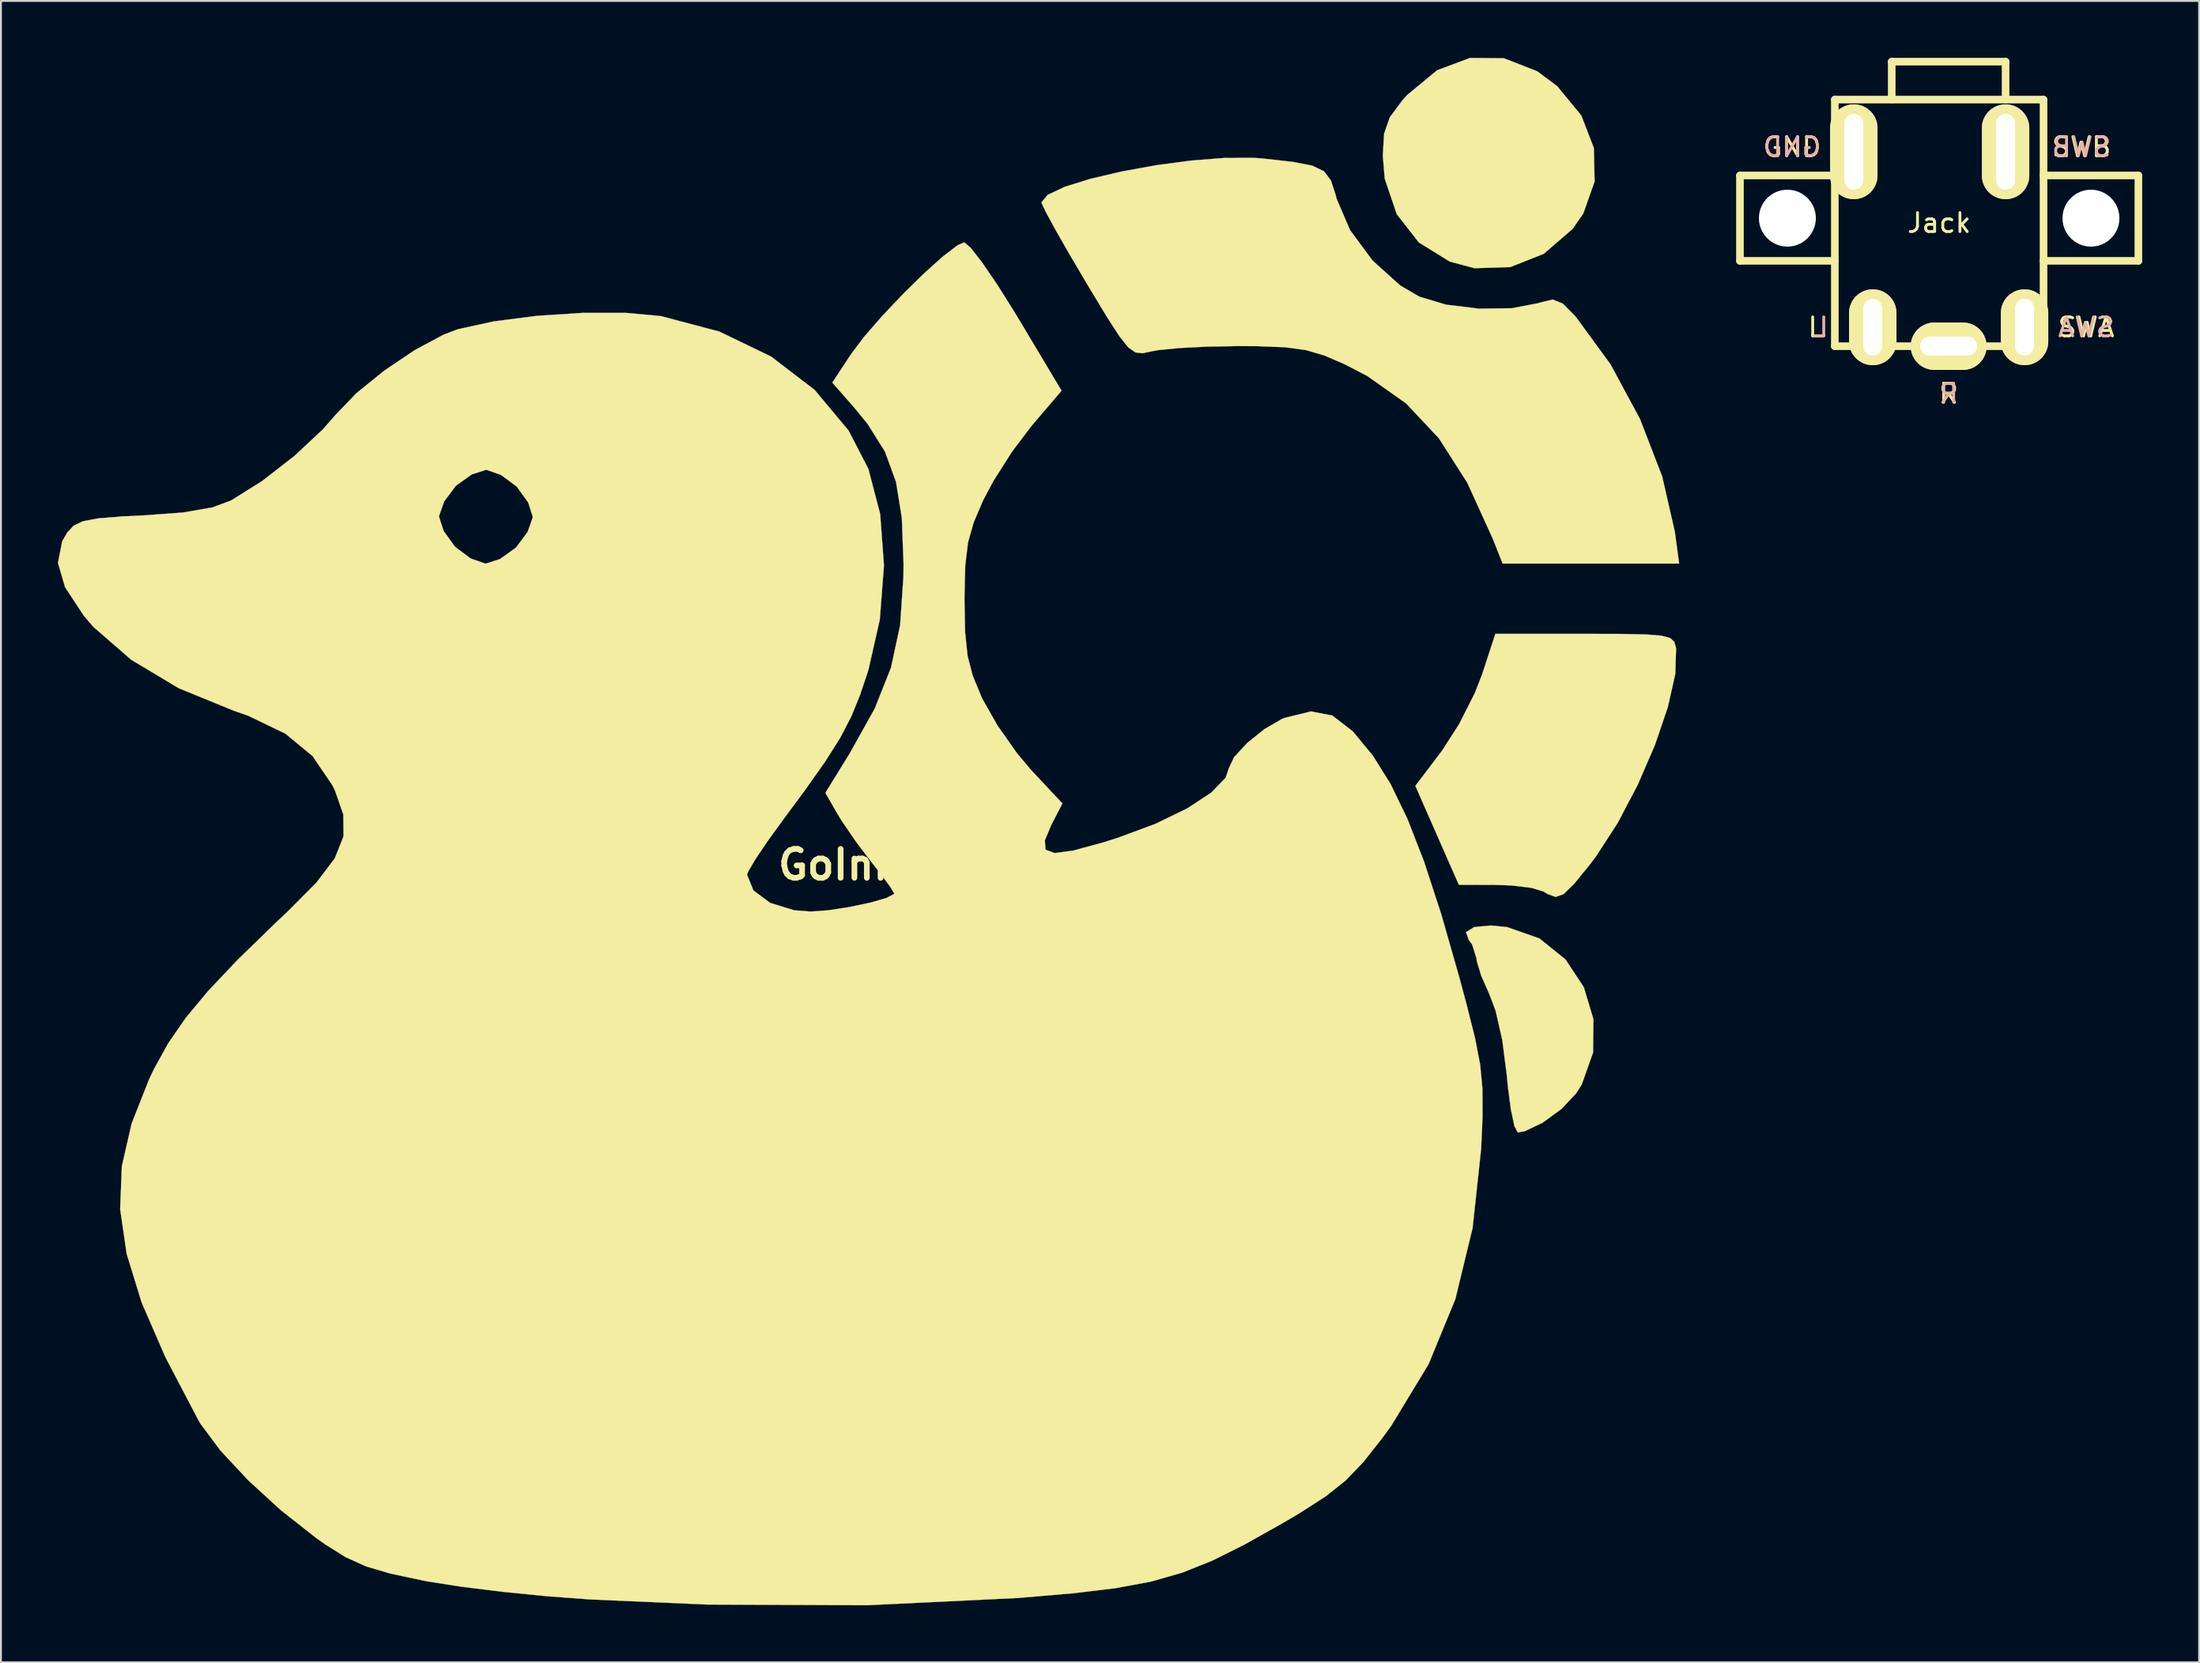
<source format=kicad_pcb>
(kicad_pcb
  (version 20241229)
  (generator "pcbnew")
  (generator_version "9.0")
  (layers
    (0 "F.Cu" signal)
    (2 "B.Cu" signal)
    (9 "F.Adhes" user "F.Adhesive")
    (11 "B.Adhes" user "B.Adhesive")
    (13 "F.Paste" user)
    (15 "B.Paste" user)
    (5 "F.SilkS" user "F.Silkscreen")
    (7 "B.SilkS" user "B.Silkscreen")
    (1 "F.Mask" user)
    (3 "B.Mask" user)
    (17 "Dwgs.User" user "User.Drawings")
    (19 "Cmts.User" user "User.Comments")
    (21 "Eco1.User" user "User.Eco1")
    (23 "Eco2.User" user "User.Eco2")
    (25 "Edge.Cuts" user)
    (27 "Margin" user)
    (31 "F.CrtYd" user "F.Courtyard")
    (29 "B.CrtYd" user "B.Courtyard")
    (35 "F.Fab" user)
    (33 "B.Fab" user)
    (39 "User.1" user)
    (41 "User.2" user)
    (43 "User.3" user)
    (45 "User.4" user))
  (footprint "Jack"
    (layer "F.Cu")
    (at 99.154 8.7)
    (property "Reference" "Jack" (at 0 0 0) (layer "F.SilkS") (effects (font (size 1 1) (thickness 0.15))))
    (attr through_hole)
    (fp_line (start -10.5 -2.5) (end -5.5 -2.5) (stroke (width 0.4) (type solid)) (layer "F.SilkS"))
    (fp_line (start -10.5 2) (end -10.5 -2.5) (stroke (width 0.4) (type solid)) (layer "F.SilkS"))
    (fp_line (start -5.5 -6.5) (end 5.5 -6.5) (stroke (width 0.4) (type solid)) (layer "F.SilkS"))
    (fp_line (start -5.5 2) (end -10.5 2) (stroke (width 0.4) (type solid)) (layer "F.SilkS"))
    (fp_line (start -5.5 6.5) (end -5.5 -6.5) (stroke (width 0.4) (type solid)) (layer "F.SilkS"))
    (fp_line (start -2.5 -8.5) (end 3.5 -8.5) (stroke (width 0.4) (type solid)) (layer "F.SilkS"))
    (fp_line (start -2.5 -6.5) (end -2.5 -8.5) (stroke (width 0.4) (type solid)) (layer "F.SilkS"))
    (fp_line (start 3.5 -8.5) (end 3.5 -6.5) (stroke (width 0.4) (type solid)) (layer "F.SilkS"))
    (fp_line (start 5.5 -6.5) (end 5.5 6.5) (stroke (width 0.4) (type solid)) (layer "F.SilkS"))
    (fp_line (start 5.5 2) (end 10.5 2) (stroke (width 0.4) (type solid)) (layer "F.SilkS"))
    (fp_line (start 5.5 6.5) (end -5.5 6.5) (stroke (width 0.4) (type solid)) (layer "F.SilkS"))
    (fp_line (start 10.5 -2.5) (end 5.5 -2.5) (stroke (width 0.4) (type solid)) (layer "F.SilkS"))
    (fp_line (start 10.5 2) (end 10.5 -2.5) (stroke (width 0.4) (type solid)) (layer "F.SilkS"))
    (fp_text user "SWB" (at 7.5 -4 0) (layer "F.SilkS") (effects (font (size 1 1) (thickness 0.15))))
    (fp_text user "R" (at 0.5 9 0) (layer "F.SilkS") (effects (font (size 1 1) (thickness 0.15))))
    (fp_text user "GND" (at -7.75 -4 0) (layer "F.SilkS") (effects (font (size 1 1) (thickness 0.15))))
    (fp_text user "L" (at -6.5 5.5 0) (layer "F.SilkS") (effects (font (size 1 1) (thickness 0.15))))
    (fp_text user "SWA" (at 7.75 5.5 0) (layer "F.SilkS") (effects (font (size 1 1) (thickness 0.15))))
    (fp_text user "SWA" (at 7.75 5.5 0) (layer "B.SilkS") (effects (font (size 1 1) (thickness 0.15)) (justify mirror)))
    (fp_text user "L" (at -6.25 5.5 0) (layer "B.SilkS") (effects (font (size 1 1) (thickness 0.15)) (justify mirror)))
    (fp_text user "SWB" (at 7.5 -4 0) (layer "B.SilkS") (effects (font (size 1 1) (thickness 0.15)) (justify mirror)))
    (fp_text user "GND" (at -7.75 -4 0) (layer "B.SilkS") (effects (font (size 1 1) (thickness 0.15)) (justify mirror)))
    (fp_text user "R" (at 0.5 9 0) (layer "B.SilkS") (effects (font (size 1 1) (thickness 0.15)) (justify mirror)))
    (pad "" np_thru_hole circle (at -8 -0.25) (size 3 3) (drill 3) (layers "*.Cu"))
    (pad "" np_thru_hole circle (at 8 -0.25) (size 3 3) (drill 3) (layers "*.Cu"))
    (pad "1" thru_hole oval (at -4.5 -3.75) (size 2.5 5) (drill oval 1 4) (layers "*.Cu" "*.Mask" "F.SilkS"))
    (pad "2" thru_hole oval (at -3.5 5.5) (size 2.5 4) (drill oval 1 3) (layers "*.Cu" "*.Mask" "F.SilkS"))
    (pad "3" thru_hole oval (at 0.5 6.5 90) (size 2.5 4) (drill oval 1 3) (layers "*.Cu" "*.Mask" "F.SilkS"))
    (pad "4" thru_hole oval (at 4.5 5.5) (size 2.5 4) (drill oval 1 3) (layers "*.Cu" "*.Mask" "F.SilkS"))
    (pad "5" thru_hole oval (at 3.5 -3.75) (size 2.5 5) (drill oval 1 4) (layers "*.Cu" "*.Mask" "F.SilkS")))
  (footprint "GoInK"
    (layer "F.Cu")
    (at 41.256 42.532)
    (property "Reference" "GoInK" (at 0 0 0) (layer "F.SilkS") (effects (font (size 1.524 1.524) (thickness 0.3))))
    (attr through_hole)
    (fp_poly (pts (xy 34.96 -42.511) (xy 36.717 -41.823) (xy 37.766 -41.04) (xy 39.038 -39.493) (xy 39.699 -37.776) (xy 39.737 -36.011) (xy 39.138 -34.319) (xy 38.573 -33.512) (xy 37.059 -32.204) (xy 35.294 -31.504) (xy 33.406 -31.444) (xy 32.103 -31.794) (xy 30.474 -32.801) (xy 29.312 -34.288) (xy 28.677 -36.159) (xy 28.575 -37.376) (xy 28.644 -38.54) (xy 28.943 -39.399) (xy 29.606 -40.293) (xy 29.848 -40.565) (xy 31.434 -41.877) (xy 33.169 -42.527) (xy 34.96 -42.511)) (stroke (width 0.01) (type solid)) (fill yes) (layer "F.SilkS"))
    (fp_poly (pts (xy 35.12 3.286) (xy 36.833 3.888) (xy 38.203 4.993) (xy 39.17 6.458) (xy 39.674 8.141) (xy 39.657 9.9) (xy 39.058 11.59) (xy 38.765 12.051) (xy 37.991 12.873) (xy 37 13.598) (xy 36.06 14.046) (xy 35.69 14.111) (xy 35.514 13.786) (xy 35.328 12.918) (xy 35.163 11.671) (xy 35.113 11.127) (xy 34.875 9.261) (xy 34.519 7.692) (xy 34.189 6.819) (xy 33.762 5.854) (xy 33.528 5.079) (xy 33.514 4.935) (xy 33.279 4.194) (xy 33.102 3.963) (xy 32.962 3.552) (xy 33.394 3.285) (xy 34.271 3.204) (xy 35.12 3.286)) (stroke (width 0.01) (type solid)) (fill yes) (layer "F.SilkS"))
    (fp_poly (pts (xy 41.114 -12.166) (xy 42.422 -12.14) (xy 43.253 -12.074) (xy 43.72 -11.949) (xy 43.939 -11.747) (xy 44.023 -11.449) (xy 44.032 -11.388) (xy 43.989 -10.051) (xy 43.596 -8.305) (xy 42.917 -6.309) (xy 42.016 -4.224) (xy 40.959 -2.213) (xy 39.808 -0.434) (xy 39.486 -0.01) (xy 38.656 1.01) (xy 38.104 1.551) (xy 37.683 1.698) (xy 37.246 1.538) (xy 37.042 1.411) (xy 36.407 1.219) (xy 35.346 1.092) (xy 34.548 1.064) (xy 32.583 1.058) (xy 31.437 -1.549) (xy 30.291 -4.156) (xy 31.693 -6.008) (xy 32.598 -7.414) (xy 33.419 -9.037) (xy 33.802 -10.016) (xy 34.508 -12.171) (xy 39.215 -12.171) (xy 41.114 -12.166)) (stroke (width 0.01) (type solid)) (fill yes) (layer "F.SilkS"))
    (fp_poly (pts (xy 22.217 -37.229) (xy 23.81 -37.052) (xy 24.847 -36.854) (xy 25.474 -36.554) (xy 25.837 -36.073) (xy 26.083 -35.332) (xy 26.143 -35.098) (xy 26.851 -33.448) (xy 28.035 -31.847) (xy 29.494 -30.533) (xy 30.496 -29.946) (xy 31.917 -29.521) (xy 33.647 -29.312) (xy 35.373 -29.334) (xy 36.781 -29.603) (xy 36.865 -29.633) (xy 37.528 -29.792) (xy 38.065 -29.579) (xy 38.74 -28.89) (xy 38.74 -28.89) (xy 40.575 -26.379) (xy 42.132 -23.491) (xy 43.299 -20.469) (xy 43.965 -17.555) (xy 43.966 -17.551) (xy 44.193 -15.875) (xy 34.889 -15.875) (xy 34.366 -17.198) (xy 33.027 -20.134) (xy 31.537 -22.471) (xy 29.808 -24.313) (xy 27.75 -25.766) (xy 26.547 -26.389) (xy 25.492 -26.843) (xy 24.53 -27.126) (xy 23.436 -27.277) (xy 21.985 -27.334) (xy 20.99 -27.34) (xy 19.352 -27.312) (xy 17.865 -27.237) (xy 16.748 -27.129) (xy 16.372 -27.06) (xy 15.916 -26.963) (xy 15.542 -27.002) (xy 15.165 -27.266) (xy 14.699 -27.847) (xy 14.06 -28.835) (xy 13.162 -30.319) (xy 12.932 -30.703) (xy 12.052 -32.194) (xy 11.323 -33.471) (xy 10.812 -34.41) (xy 10.588 -34.889) (xy 10.583 -34.914) (xy 10.913 -35.313) (xy 11.814 -35.735) (xy 13.154 -36.153) (xy 14.8 -36.54) (xy 16.619 -36.871) (xy 18.479 -37.119) (xy 20.247 -37.258) (xy 21.791 -37.261) (xy 22.217 -37.229)) (stroke (width 0.01) (type solid)) (fill yes) (layer "F.SilkS"))
    (fp_poly (pts (xy 6.854 -32.521) (xy 7.463 -31.737) (xy 8.26 -30.569) (xy 9.162 -29.134) (xy 9.304 -28.898) (xy 11.645 -24.987) (xy 10.063 -23.136) (xy 9.037 -21.78) (xy 8.049 -20.224) (xy 7.504 -19.197) (xy 7.009 -18.035) (xy 6.713 -16.986) (xy 6.568 -15.788) (xy 6.527 -14.181) (xy 6.526 -13.935) (xy 6.56 -12.247) (xy 6.69 -11.006) (xy 6.965 -9.952) (xy 7.432 -8.827) (xy 7.472 -8.743) (xy 8.262 -7.345) (xy 9.302 -5.867) (xy 10.053 -4.977) (xy 11.688 -3.229) (xy 11.105 -2.103) (xy 10.763 -1.284) (xy 10.798 -0.792) (xy 11.273 -0.616) (xy 12.248 -0.743) (xy 13.787 -1.162) (xy 14.596 -1.415) (xy 16.587 -2.153) (xy 18.268 -2.97) (xy 19.537 -3.804) (xy 20.293 -4.59) (xy 20.461 -5.086) (xy 20.736 -5.671) (xy 21.428 -6.419) (xy 22.338 -7.151) (xy 23.266 -7.687) (xy 23.394 -7.739) (xy 24.789 -8.081) (xy 25.91 -7.866) (xy 26.97 -7.05) (xy 27.049 -6.967) (xy 28.055 -5.743) (xy 28.985 -4.253) (xy 29.873 -2.419) (xy 30.752 -0.158) (xy 31.655 2.61) (xy 32.615 5.965) (xy 32.996 7.387) (xy 33.438 9.148) (xy 33.706 10.538) (xy 33.827 11.833) (xy 33.83 13.311) (xy 33.758 14.967) (xy 33.306 19.16) (xy 32.395 22.907) (xy 30.984 26.333) (xy 29.028 29.561) (xy 28.539 30.234) (xy 27.553 31.482) (xy 26.633 32.442) (xy 25.58 33.284) (xy 24.197 34.176) (xy 23.254 34.731) (xy 21.282 35.837) (xy 19.583 36.685) (xy 17.995 37.32) (xy 16.358 37.787) (xy 14.51 38.132) (xy 12.29 38.4) (xy 9.535 38.637) (xy 9.349 38.652) (xy 1.385 39.034) (xy -7.048 38.998) (xy -13.229 38.727) (xy -15.464 38.56) (xy -17.802 38.328) (xy -19.986 38.058) (xy -21.762 37.78) (xy -21.992 37.736) (xy -23.739 37.363) (xy -25.024 36.983) (xy -26.089 36.501) (xy -27.173 35.822) (xy -27.637 35.494) (xy -29.493 34.035) (xy -31.229 32.443) (xy -32.693 30.874) (xy -33.73 29.48) (xy -33.862 29.254) (xy -35.587 25.962) (xy -36.839 23.081) (xy -37.63 20.511) (xy -37.974 18.149) (xy -37.884 15.896) (xy -37.371 13.65) (xy -36.448 11.31) (xy -36.185 10.76) (xy -35.444 9.416) (xy -34.518 8.076) (xy -33.321 6.636) (xy -31.764 4.994) (xy -29.761 3.047) (xy -29.163 2.485) (xy -27.634 0.947) (xy -26.661 -0.339) (xy -26.201 -1.495) (xy -26.21 -2.641) (xy -26.647 -3.899) (xy -26.796 -4.203) (xy -27.829 -5.723) (xy -29.258 -6.905) (xy -31.212 -7.848) (xy -32.003 -8.126) (xy -34.885 -9.304) (xy -37.39 -10.803) (xy -39.38 -12.534) (xy -39.887 -13.124) (xy -40.876 -14.629) (xy -41.251 -15.909) (xy -41.029 -17.05) (xy -40.755 -17.519) (xy -40.428 -17.871) (xy -39.937 -18.105) (xy -39.132 -18.257) (xy -38.038 -18.344) (xy -21.167 -18.344) (xy -20.927 -17.597) (xy -20.346 -16.787) (xy -20.301 -16.741) (xy -19.5 -16.144) (xy -18.737 -15.876) (xy -18.697 -15.875) (xy -17.949 -16.115) (xy -17.14 -16.696) (xy -17.094 -16.741) (xy -16.497 -17.542) (xy -16.229 -18.305) (xy -16.228 -18.344) (xy -16.467 -19.092) (xy -17.049 -19.902) (xy -17.094 -19.948) (xy -17.894 -20.544) (xy -18.658 -20.813) (xy -18.697 -20.814) (xy -19.445 -20.574) (xy -20.255 -19.993) (xy -20.301 -19.948) (xy -20.897 -19.147) (xy -21.166 -18.384) (xy -21.167 -18.344) (xy -38.038 -18.344) (xy -37.865 -18.358) (xy -36.786 -18.411) (xy -34.652 -18.567) (xy -33.115 -18.835) (xy -32.137 -19.195) (xy -30.496 -20.222) (xy -28.787 -21.55) (xy -27.288 -22.952) (xy -26.613 -23.722) (xy -25.526 -24.852) (xy -24.061 -26.04) (xy -22.454 -27.123) (xy -20.938 -27.937) (xy -20.17 -28.228) (xy -18.28 -28.641) (xy -15.997 -28.934) (xy -13.589 -29.09) (xy -11.325 -29.09) (xy -9.477 -28.92) (xy -6.399 -28.106) (xy -3.672 -26.791) (xy -1.374 -25.033) (xy 0.418 -22.887) (xy 1.462 -20.866) (xy 2.082 -18.496) (xy 2.283 -15.775) (xy 2.064 -12.92) (xy 1.465 -10.274) (xy 1.024 -8.945) (xy 0.555 -7.798) (xy -0.029 -6.68) (xy -0.816 -5.436) (xy -1.891 -3.914) (xy -2.96 -2.47) (xy -3.823 -1.281) (xy -4.494 -0.286) (xy -4.878 0.369) (xy -4.933 0.528) (xy -4.596 1.356) (xy -3.716 2.011) (xy -2.453 2.401) (xy -1.591 2.469) (xy -0.653 2.402) (xy 0.47 2.229) (xy 1.565 1.997) (xy 2.418 1.752) (xy 2.815 1.541) (xy 2.822 1.517) (xy 2.62 1.174) (xy 2.099 0.467) (xy 1.641 -0.117) (xy 0.815 -1.206) (xy 0.078 -2.281) (xy -0.173 -2.689) (xy -0.804 -3.79) (xy 0.475 -5.864) (xy 1.794 -8.225) (xy 2.655 -10.391) (xy 3.136 -12.63) (xy 3.311 -15.21) (xy 3.316 -15.875) (xy 3.225 -18.28) (xy 2.918 -20.184) (xy 2.336 -21.776) (xy 1.417 -23.242) (xy 0.698 -24.12) (xy -0.438 -25.413) (xy 0.542 -26.906) (xy 1.235 -27.826) (xy 2.191 -28.926) (xy 3.287 -30.082) (xy 4.396 -31.171) (xy 5.396 -32.068) (xy 6.159 -32.651) (xy 6.514 -32.808) (xy 6.854 -32.521)) (stroke (width 0.01) (type solid)) (fill yes) (layer "F.SilkS")))
  (gr_rect
    (start -3 -3)
    (end 112.854 84.571)
    (stroke (width 0.1) (type default))
    (fill no)
    (layer "Edge.Cuts")))
</source>
